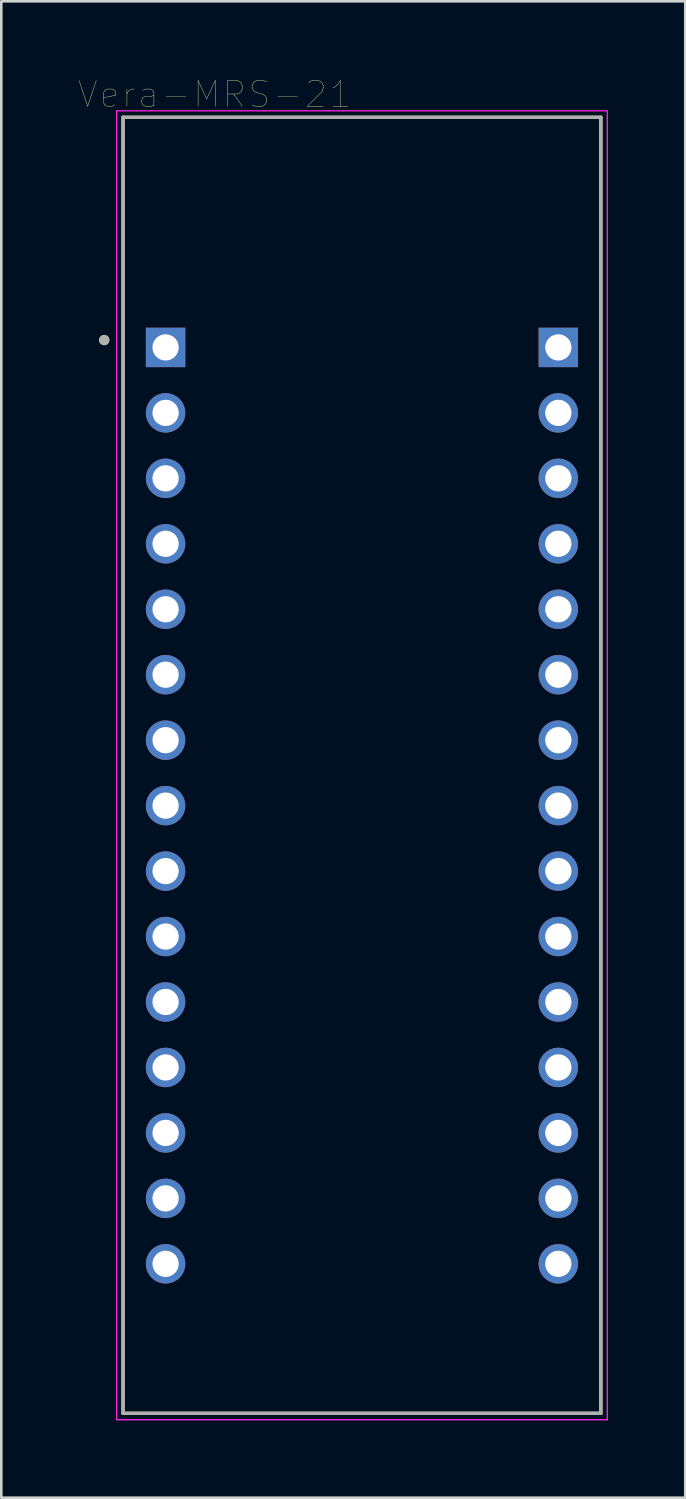
<source format=kicad_pcb>
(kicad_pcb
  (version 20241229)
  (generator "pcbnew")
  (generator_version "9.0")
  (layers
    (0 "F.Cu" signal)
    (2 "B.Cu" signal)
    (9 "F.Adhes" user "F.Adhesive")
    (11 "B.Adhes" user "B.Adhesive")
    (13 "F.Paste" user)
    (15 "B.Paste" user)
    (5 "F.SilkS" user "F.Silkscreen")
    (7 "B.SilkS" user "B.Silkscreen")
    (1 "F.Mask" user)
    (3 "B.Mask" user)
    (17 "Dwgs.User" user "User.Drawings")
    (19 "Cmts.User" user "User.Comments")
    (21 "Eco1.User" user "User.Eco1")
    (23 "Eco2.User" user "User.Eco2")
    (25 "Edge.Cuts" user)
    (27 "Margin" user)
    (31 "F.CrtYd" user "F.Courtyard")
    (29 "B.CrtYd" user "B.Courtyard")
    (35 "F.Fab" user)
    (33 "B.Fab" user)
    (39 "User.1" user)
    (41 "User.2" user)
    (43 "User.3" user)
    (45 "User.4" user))
  (footprint "Vera-MRS-21"
    (layer "F.Cu")
    (at 10.995 26.646)
    (property "Reference" "Vera-MRS-21" (at -5.715 -26.035 0) (layer "F.SilkS") (effects (font (size 1 1) (thickness 0.015))))
    (attr through_hole)
    (fp_line (start -9.27 -25.145) (end 9.27 -25.145) (stroke (width 0.127) (type solid)) (layer "F.SilkS"))
    (fp_line (start -9.27 25.145) (end -9.27 -25.145) (stroke (width 0.127) (type solid)) (layer "F.SilkS"))
    (fp_line (start 9.27 -25.145) (end 9.27 25.145) (stroke (width 0.127) (type solid)) (layer "F.SilkS"))
    (fp_line (start 9.27 25.145) (end -9.27 25.145) (stroke (width 0.127) (type solid)) (layer "F.SilkS"))
    (fp_circle (center -10 -16.5) (end -9.9 -16.5) (stroke (width 0.2) (type solid)) (fill no) (layer "F.SilkS"))
    (fp_line (start -9.52 -25.395) (end 9.52 -25.395) (stroke (width 0.05) (type solid)) (layer "F.CrtYd"))
    (fp_line (start -9.52 25.395) (end -9.52 -25.395) (stroke (width 0.05) (type solid)) (layer "F.CrtYd"))
    (fp_line (start 9.52 -25.395) (end 9.52 25.395) (stroke (width 0.05) (type solid)) (layer "F.CrtYd"))
    (fp_line (start 9.52 25.395) (end -9.52 25.395) (stroke (width 0.05) (type solid)) (layer "F.CrtYd"))
    (fp_line (start -9.27 -25.145) (end 9.27 -25.145) (stroke (width 0.127) (type solid)) (layer "F.Fab"))
    (fp_line (start -9.27 25.145) (end -9.27 -25.145) (stroke (width 0.127) (type solid)) (layer "F.Fab"))
    (fp_line (start 9.27 -25.145) (end 9.27 25.145) (stroke (width 0.127) (type solid)) (layer "F.Fab"))
    (fp_line (start 9.27 25.145) (end -9.27 25.145) (stroke (width 0.127) (type solid)) (layer "F.Fab"))
    (fp_circle (center -10 -16.5) (end -9.9 -16.5) (stroke (width 0.2) (type solid)) (fill no) (layer "F.Fab"))
    (pad "CN3_1" thru_hole rect (at -7.62 -16.215) (size 1.53 1.53) (drill 1.02) (layers "*.Cu" "*.Mask"))
    (pad "CN3_2" thru_hole circle (at -7.62 -13.675) (size 1.53 1.53) (drill 1.02) (layers "*.Cu" "*.Mask"))
    (pad "CN3_3" thru_hole circle (at -7.62 -11.135) (size 1.53 1.53) (drill 1.02) (layers "*.Cu" "*.Mask"))
    (pad "CN3_4" thru_hole circle (at -7.62 -8.595) (size 1.53 1.53) (drill 1.02) (layers "*.Cu" "*.Mask"))
    (pad "CN3_5" thru_hole circle (at -7.62 -6.055) (size 1.53 1.53) (drill 1.02) (layers "*.Cu" "*.Mask"))
    (pad "CN3_6" thru_hole circle (at -7.62 -3.515) (size 1.53 1.53) (drill 1.02) (layers "*.Cu" "*.Mask"))
    (pad "CN3_7" thru_hole circle (at -7.62 -0.975) (size 1.53 1.53) (drill 1.02) (layers "*.Cu" "*.Mask"))
    (pad "CN3_8" thru_hole circle (at -7.62 1.565) (size 1.53 1.53) (drill 1.02) (layers "*.Cu" "*.Mask"))
    (pad "CN3_9" thru_hole circle (at -7.62 4.105) (size 1.53 1.53) (drill 1.02) (layers "*.Cu" "*.Mask"))
    (pad "CN3_10" thru_hole circle (at -7.62 6.645) (size 1.53 1.53) (drill 1.02) (layers "*.Cu" "*.Mask"))
    (pad "CN3_11" thru_hole circle (at -7.62 9.185) (size 1.53 1.53) (drill 1.02) (layers "*.Cu" "*.Mask"))
    (pad "CN3_12" thru_hole circle (at -7.62 11.725) (size 1.53 1.53) (drill 1.02) (layers "*.Cu" "*.Mask"))
    (pad "CN3_13" thru_hole circle (at -7.62 14.265) (size 1.53 1.53) (drill 1.02) (layers "*.Cu" "*.Mask"))
    (pad "CN3_14" thru_hole circle (at -7.62 16.805) (size 1.53 1.53) (drill 1.02) (layers "*.Cu" "*.Mask"))
    (pad "CN3_15" thru_hole circle (at -7.62 19.345) (size 1.53 1.53) (drill 1.02) (layers "*.Cu" "*.Mask"))
    (pad "CN4_1" thru_hole rect (at 7.62 -16.215) (size 1.53 1.53) (drill 1.02) (layers "*.Cu" "*.Mask"))
    (pad "CN4_2" thru_hole circle (at 7.62 -13.675) (size 1.53 1.53) (drill 1.02) (layers "*.Cu" "*.Mask"))
    (pad "CN4_3" thru_hole circle (at 7.62 -11.135) (size 1.53 1.53) (drill 1.02) (layers "*.Cu" "*.Mask"))
    (pad "CN4_4" thru_hole circle (at 7.62 -8.595) (size 1.53 1.53) (drill 1.02) (layers "*.Cu" "*.Mask"))
    (pad "CN4_5" thru_hole circle (at 7.62 -6.055) (size 1.53 1.53) (drill 1.02) (layers "*.Cu" "*.Mask"))
    (pad "CN4_6" thru_hole circle (at 7.62 -3.515) (size 1.53 1.53) (drill 1.02) (layers "*.Cu" "*.Mask"))
    (pad "CN4_7" thru_hole circle (at 7.62 -0.975) (size 1.53 1.53) (drill 1.02) (layers "*.Cu" "*.Mask"))
    (pad "CN4_8" thru_hole circle (at 7.62 1.565) (size 1.53 1.53) (drill 1.02) (layers "*.Cu" "*.Mask"))
    (pad "CN4_9" thru_hole circle (at 7.62 4.105) (size 1.53 1.53) (drill 1.02) (layers "*.Cu" "*.Mask"))
    (pad "CN4_10" thru_hole circle (at 7.62 6.645) (size 1.53 1.53) (drill 1.02) (layers "*.Cu" "*.Mask"))
    (pad "CN4_11" thru_hole circle (at 7.62 9.185) (size 1.53 1.53) (drill 1.02) (layers "*.Cu" "*.Mask"))
    (pad "CN4_12" thru_hole circle (at 7.62 11.725) (size 1.53 1.53) (drill 1.02) (layers "*.Cu" "*.Mask"))
    (pad "CN4_13" thru_hole circle (at 7.62 14.265) (size 1.53 1.53) (drill 1.02) (layers "*.Cu" "*.Mask"))
    (pad "CN4_14" thru_hole circle (at 7.62 16.805) (size 1.53 1.53) (drill 1.02) (layers "*.Cu" "*.Mask"))
    (pad "CN4_15" thru_hole circle (at 7.62 19.345) (size 1.53 1.53) (drill 1.02) (layers "*.Cu" "*.Mask")))
  (gr_rect
    (start -3 -3)
    (end 23.54 55.066)
    (stroke (width 0.1) (type default))
    (fill no)
    (layer "Edge.Cuts")))
</source>
